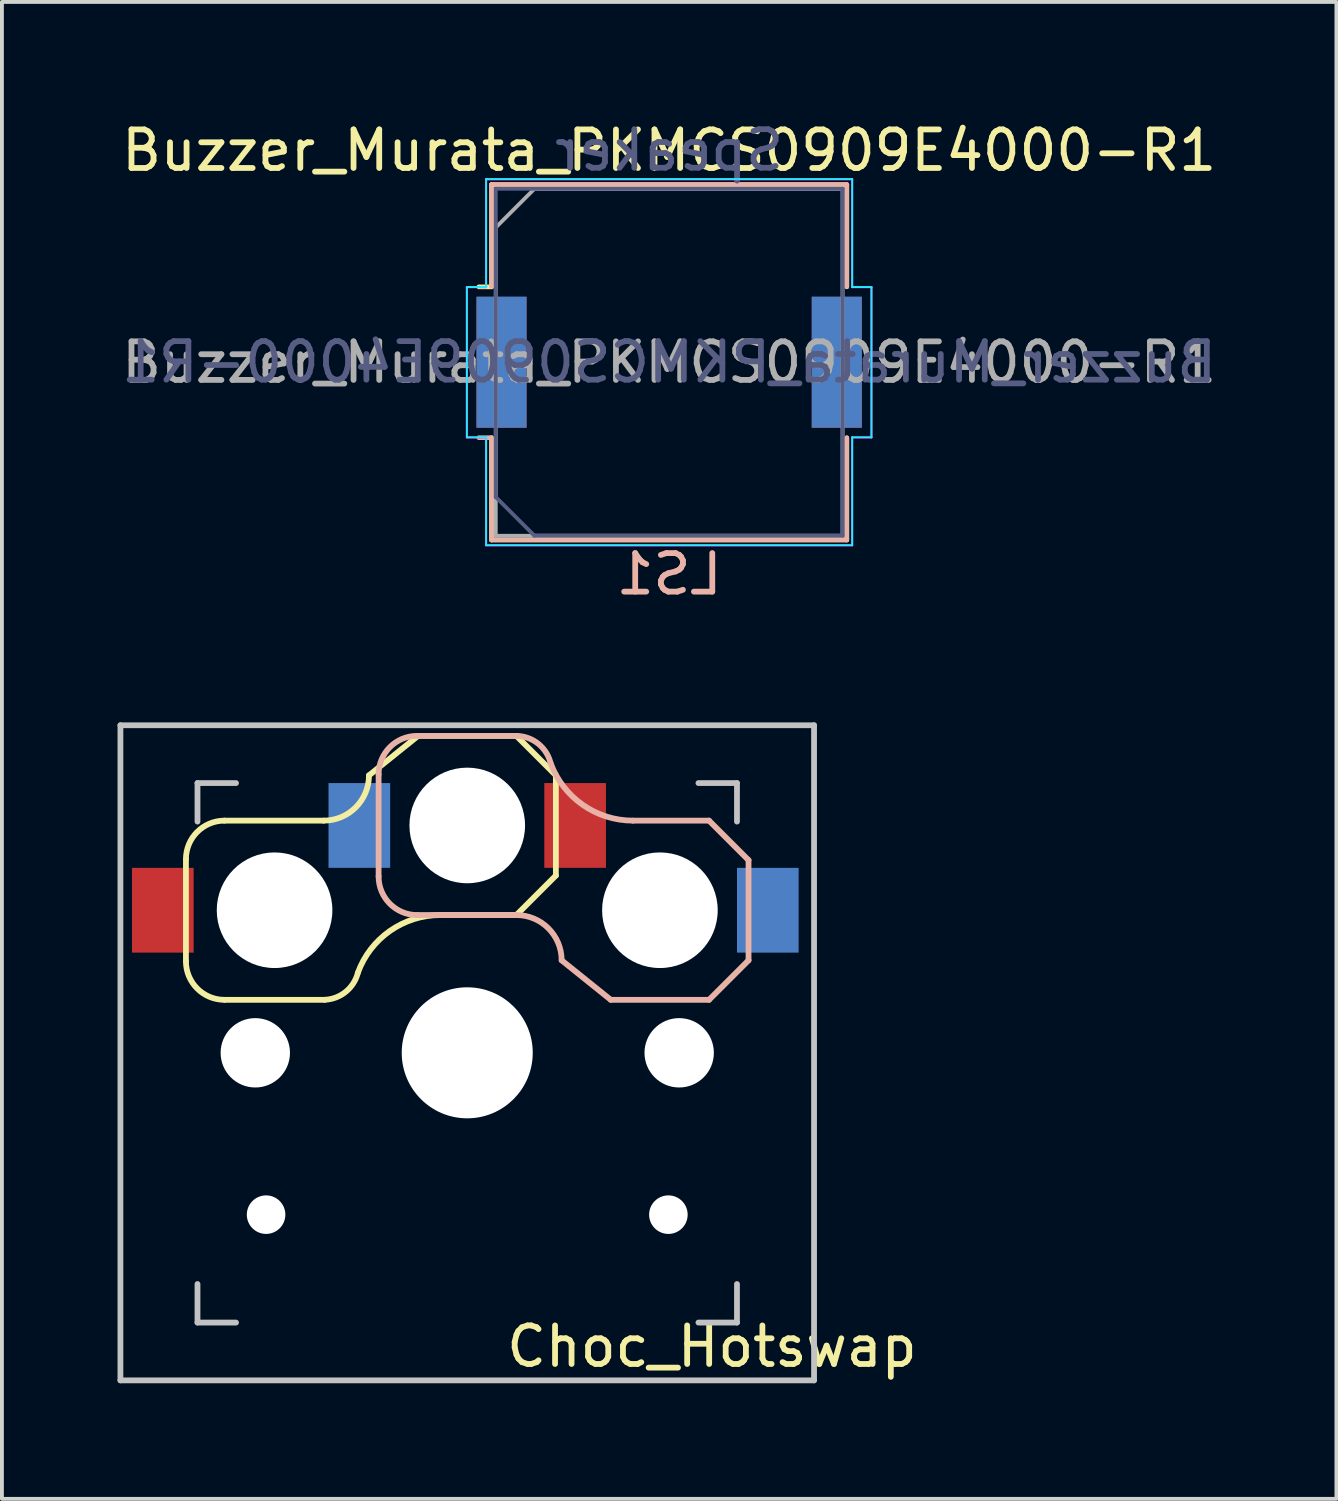
<source format=kicad_pcb>
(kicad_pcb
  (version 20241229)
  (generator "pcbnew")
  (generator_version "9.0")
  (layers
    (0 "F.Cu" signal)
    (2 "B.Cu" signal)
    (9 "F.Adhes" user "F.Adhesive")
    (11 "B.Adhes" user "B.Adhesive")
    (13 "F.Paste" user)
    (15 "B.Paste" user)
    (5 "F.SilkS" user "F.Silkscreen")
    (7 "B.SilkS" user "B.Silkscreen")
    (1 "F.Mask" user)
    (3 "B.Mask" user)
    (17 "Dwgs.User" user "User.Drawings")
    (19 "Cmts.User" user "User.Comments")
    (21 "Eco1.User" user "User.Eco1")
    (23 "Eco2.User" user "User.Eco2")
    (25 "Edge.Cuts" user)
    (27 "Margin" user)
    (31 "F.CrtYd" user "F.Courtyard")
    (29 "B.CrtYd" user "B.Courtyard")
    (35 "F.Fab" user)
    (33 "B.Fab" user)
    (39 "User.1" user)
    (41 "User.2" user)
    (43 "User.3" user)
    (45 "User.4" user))
  (footprint "Choc_Hotswap"
    (layer "F.Cu")
    (at 9.075 24.271)
    (property "Reference" "Choc_Hotswap" (at 6.35 7.62 180) (layer "F.SilkS") (effects (font (size 1 1) (thickness 0.15))))
    (attr through_hole)
    (fp_line (start -7.3 -5.025) (end -7.3 -2.375) (stroke (width 0.15) (type solid)) (layer "F.SilkS"))
    (fp_line (start -6.3 -6.025) (end -3.725 -6.025) (stroke (width 0.15) (type solid)) (layer "F.SilkS"))
    (fp_line (start -6.3 -1.375) (end -3.7 -1.375) (stroke (width 0.15) (type solid)) (layer "F.SilkS"))
    (fp_line (start -1.275 -8.225) (end -2.55 -7.2) (stroke (width 0.15) (type solid)) (layer "F.SilkS"))
    (fp_line (start -1.275 -8.225) (end 1.275 -8.225) (stroke (width 0.15) (type solid)) (layer "F.SilkS"))
    (fp_line (start -0.7 -3.575) (end 1.275 -3.575) (stroke (width 0.15) (type solid)) (layer "F.SilkS"))
    (fp_line (start 2.3 -7.2) (end 1.275 -8.225) (stroke (width 0.15) (type solid)) (layer "F.SilkS"))
    (fp_line (start 2.3 -7.2) (end 2.3 -4.6) (stroke (width 0.15) (type solid)) (layer "F.SilkS"))
    (fp_line (start 2.3 -4.6) (end 1.275 -3.575) (stroke (width 0.15) (type solid)) (layer "F.SilkS"))
    (fp_arc (start -7.3 -5.025) (mid -7.007107 -5.732107) (end -6.3 -6.025) (stroke (width 0.15) (type solid)) (layer "F.SilkS"))
    (fp_arc (start -6.3 -1.375) (mid -7.007107 -1.667893) (end -7.3 -2.375) (stroke (width 0.15) (type solid)) (layer "F.SilkS"))
    (fp_arc (start -2.837801 -2.078096) (mid -3.151716 -1.583979) (end -3.699005 -1.376209) (stroke (width 0.15) (type solid)) (layer "F.SilkS"))
    (fp_arc (start -2.837801 -2.078096) (mid -2.004887 -3.163571) (end -0.7 -3.575) (stroke (width 0.15) (type solid)) (layer "F.SilkS"))
    (fp_arc (start -2.55 -7.2) (mid -2.89415 -6.36915) (end -3.725 -6.025) (stroke (width 0.15) (type solid)) (layer "F.SilkS"))
    (fp_line (start -2.3 -4.575) (end -2.3 -7.225) (stroke (width 0.15) (type solid)) (layer "B.SilkS"))
    (fp_line (start -1.3 -8.225) (end 1.3 -8.225) (stroke (width 0.15) (type solid)) (layer "B.SilkS"))
    (fp_line (start -1.3 -3.575) (end 1.275 -3.575) (stroke (width 0.15) (type solid)) (layer "B.SilkS"))
    (fp_line (start 3.725 -1.375) (end 2.45 -2.4) (stroke (width 0.15) (type solid)) (layer "B.SilkS"))
    (fp_line (start 3.725 -1.375) (end 6.275 -1.375) (stroke (width 0.15) (type solid)) (layer "B.SilkS"))
    (fp_line (start 4.3 -6.025) (end 6.275 -6.025) (stroke (width 0.15) (type solid)) (layer "B.SilkS"))
    (fp_line (start 7.3 -5) (end 6.275 -6.025) (stroke (width 0.15) (type solid)) (layer "B.SilkS"))
    (fp_line (start 7.3 -2.4) (end 6.275 -1.375) (stroke (width 0.15) (type solid)) (layer "B.SilkS"))
    (fp_line (start 7.3 -2.4) (end 7.3 -5) (stroke (width 0.15) (type solid)) (layer "B.SilkS"))
    (fp_arc (start -2.3 -7.225) (mid -2.007107 -7.932107) (end -1.3 -8.225) (stroke (width 0.15) (type solid)) (layer "B.SilkS"))
    (fp_arc (start -1.3 -3.575) (mid -2.007107 -3.867893) (end -2.3 -4.575) (stroke (width 0.15) (type solid)) (layer "B.SilkS"))
    (fp_arc (start 1.275 -3.575) (mid 2.10585 -3.23085) (end 2.45 -2.4) (stroke (width 0.15) (type solid)) (layer "B.SilkS"))
    (fp_arc (start 1.300995 -8.223791) (mid 1.848284 -8.016021) (end 2.162199 -7.521904) (stroke (width 0.15) (type solid)) (layer "B.SilkS"))
    (fp_arc (start 4.3 -6.025) (mid 2.995114 -6.436429) (end 2.162199 -7.521904) (stroke (width 0.15) (type solid)) (layer "B.SilkS"))
    (fp_line (start -9 -8.5) (end 9 -8.5) (stroke (width 0.15) (type solid)) (layer "Dwgs.User"))
    (fp_line (start -9 8.5) (end -9 -8.5) (stroke (width 0.15) (type solid)) (layer "Dwgs.User"))
    (fp_line (start -7 -7) (end -7 -6) (stroke (width 0.15) (type solid)) (layer "Dwgs.User"))
    (fp_line (start -7 6) (end -7 7) (stroke (width 0.15) (type solid)) (layer "Dwgs.User"))
    (fp_line (start -7 7) (end -6 7) (stroke (width 0.15) (type solid)) (layer "Dwgs.User"))
    (fp_line (start -6 -7) (end -7 -7) (stroke (width 0.15) (type solid)) (layer "Dwgs.User"))
    (fp_line (start 6 -7) (end 7 -7) (stroke (width 0.15) (type solid)) (layer "Dwgs.User"))
    (fp_line (start 7 -7) (end 7 -6) (stroke (width 0.15) (type solid)) (layer "Dwgs.User"))
    (fp_line (start 7 6) (end 7 7) (stroke (width 0.15) (type solid)) (layer "Dwgs.User"))
    (fp_line (start 7 7) (end 6 7) (stroke (width 0.15) (type solid)) (layer "Dwgs.User"))
    (fp_line (start 9 -8.5) (end 9 8.5) (stroke (width 0.15) (type solid)) (layer "Dwgs.User"))
    (fp_line (start 9 8.5) (end -9 8.5) (stroke (width 0.15) (type solid)) (layer "Dwgs.User"))
    (pad "" np_thru_hole circle (at -5.5 0 270) (size 1.8 1.8) (drill 1.8) (layers "*.Cu" "*.Mask"))
    (pad "" np_thru_hole circle (at -5.22 4.2) (size 1 1) (drill 1) (layers "*.Cu" "*.Mask"))
    (pad "" np_thru_hole circle (at -5 -3.7 90) (size 3 3) (drill 3) (layers "*.Cu" "*.Mask"))
    (pad "" np_thru_hole circle (at 0 -5.9 270) (size 3 3) (drill 3) (layers "*.Cu" "*.Mask"))
    (pad "" np_thru_hole circle (at 0 0 270) (size 3.4 3.4) (drill 3.4) (layers "*.Cu" "*.Mask"))
    (pad "" np_thru_hole circle (at 5 -3.7 270) (size 3 3) (drill 3) (layers "*.Cu" "*.Mask"))
    (pad "" np_thru_hole circle (at 5.22 4.2) (size 1 1) (drill 1) (layers "*.Cu" "*.Mask"))
    (pad "" np_thru_hole circle (at 5.5 0 270) (size 1.8 1.8) (drill 1.8) (layers "*.Cu" "*.Mask"))
    (pad "1" smd rect (at -7.9 -3.7) (size 1.6 2.2) (layers "F.Cu" "F.Mask" "F.Paste"))
    (pad "1" smd rect (at 7.8 -3.7) (size 1.6 2.2) (layers "B.Cu" "B.Mask" "B.Paste"))
    (pad "2" smd rect (at -2.8 -5.9) (size 1.6 2.2) (layers "B.Cu" "B.Mask" "B.Paste"))
    (pad "2" smd rect (at 2.8 -5.9) (size 1.6 2.2) (layers "F.Cu" "F.Mask" "F.Paste")))
  (footprint "Buzzer_Murata_PKMCS0909E4000-R1"
    (layer "F.Cu")
    (at 14.315 6.354)
    (property "Reference" "Buzzer_Murata_PKMCS0909E4000-R1" (at 0 -5.5 0) (layer "F.SilkS") (effects (font (size 1 1) (thickness 0.15))))
    (attr smd)
    (fp_line (start -4.61 -4.61) (end 4.61 -4.61) (stroke (width 0.12) (type solid)) (layer "F.SilkS"))
    (fp_line (start -4.61 -1.96) (end -4.94 -1.96) (stroke (width 0.12) (type solid)) (layer "F.SilkS"))
    (fp_line (start -4.61 -1.96) (end -4.61 -4.61) (stroke (width 0.12) (type solid)) (layer "F.SilkS"))
    (fp_line (start -4.61 4.61) (end -4.61 1.96) (stroke (width 0.12) (type solid)) (layer "F.SilkS"))
    (fp_line (start 4.61 -4.61) (end 4.61 -1.96) (stroke (width 0.12) (type solid)) (layer "F.SilkS"))
    (fp_line (start 4.61 1.96) (end 4.61 4.61) (stroke (width 0.12) (type solid)) (layer "F.SilkS"))
    (fp_line (start 4.61 4.61) (end -4.61 4.61) (stroke (width 0.12) (type solid)) (layer "F.SilkS"))
    (fp_line (start -4.61 -4.616) (end -4.61 -1.966) (stroke (width 0.12) (type solid)) (layer "B.SilkS"))
    (fp_line (start -4.61 1.954) (end -4.94 1.954) (stroke (width 0.12) (type solid)) (layer "B.SilkS"))
    (fp_line (start -4.61 1.954) (end -4.61 4.604) (stroke (width 0.12) (type solid)) (layer "B.SilkS"))
    (fp_line (start -4.61 4.604) (end 4.61 4.604) (stroke (width 0.12) (type solid)) (layer "B.SilkS"))
    (fp_line (start 4.61 -4.616) (end -4.61 -4.616) (stroke (width 0.12) (type solid)) (layer "B.SilkS"))
    (fp_line (start 4.61 -1.966) (end 4.61 -4.616) (stroke (width 0.12) (type solid)) (layer "B.SilkS"))
    (fp_line (start 4.61 4.604) (end 4.61 1.954) (stroke (width 0.12) (type solid)) (layer "B.SilkS"))
    (fp_line (start -5.25 -1.956) (end -5.25 1.944) (stroke (width 0.05) (type solid)) (layer "B.CrtYd"))
    (fp_line (start -4.75 -4.756) (end -4.75 -1.956) (stroke (width 0.05) (type solid)) (layer "B.CrtYd"))
    (fp_line (start -4.75 -1.956) (end -5.25 -1.956) (stroke (width 0.05) (type solid)) (layer "B.CrtYd"))
    (fp_line (start -4.75 1.944) (end -5.25 1.944) (stroke (width 0.05) (type solid)) (layer "B.CrtYd"))
    (fp_line (start -4.75 1.944) (end -4.75 4.744) (stroke (width 0.05) (type solid)) (layer "B.CrtYd"))
    (fp_line (start -4.75 4.744) (end 4.75 4.744) (stroke (width 0.05) (type solid)) (layer "B.CrtYd"))
    (fp_line (start 4.75 -4.756) (end -4.75 -4.756) (stroke (width 0.05) (type solid)) (layer "B.CrtYd"))
    (fp_line (start 4.75 -4.756) (end 4.75 -1.956) (stroke (width 0.05) (type solid)) (layer "B.CrtYd"))
    (fp_line (start 4.75 -1.956) (end 5.25 -1.956) (stroke (width 0.05) (type solid)) (layer "B.CrtYd"))
    (fp_line (start 4.75 1.944) (end 4.75 4.744) (stroke (width 0.05) (type solid)) (layer "B.CrtYd"))
    (fp_line (start 4.75 1.944) (end 5.25 1.944) (stroke (width 0.05) (type solid)) (layer "B.CrtYd"))
    (fp_line (start 5.25 -1.956) (end 5.25 1.944) (stroke (width 0.05) (type solid)) (layer "B.CrtYd"))
    (fp_line (start -5.25 1.95) (end -5.25 -1.95) (stroke (width 0.05) (type solid)) (layer "F.CrtYd"))
    (fp_line (start -4.75 -4.75) (end 4.75 -4.75) (stroke (width 0.05) (type solid)) (layer "F.CrtYd"))
    (fp_line (start -4.75 -1.95) (end -5.25 -1.95) (stroke (width 0.05) (type solid)) (layer "F.CrtYd"))
    (fp_line (start -4.75 -1.95) (end -4.75 -4.75) (stroke (width 0.05) (type solid)) (layer "F.CrtYd"))
    (fp_line (start -4.75 1.95) (end -5.25 1.95) (stroke (width 0.05) (type solid)) (layer "F.CrtYd"))
    (fp_line (start -4.75 4.75) (end -4.75 1.95) (stroke (width 0.05) (type solid)) (layer "F.CrtYd"))
    (fp_line (start 4.75 -1.95) (end 4.75 -4.75) (stroke (width 0.05) (type solid)) (layer "F.CrtYd"))
    (fp_line (start 4.75 -1.95) (end 5.25 -1.95) (stroke (width 0.05) (type solid)) (layer "F.CrtYd"))
    (fp_line (start 4.75 1.95) (end 5.25 1.95) (stroke (width 0.05) (type solid)) (layer "F.CrtYd"))
    (fp_line (start 4.75 4.75) (end -4.75 4.75) (stroke (width 0.05) (type solid)) (layer "F.CrtYd"))
    (fp_line (start 4.75 4.75) (end 4.75 1.95) (stroke (width 0.05) (type solid)) (layer "F.CrtYd"))
    (fp_line (start 5.25 1.95) (end 5.25 -1.95) (stroke (width 0.05) (type solid)) (layer "F.CrtYd"))
    (fp_line (start -4.5 -4.506) (end -4.5 3.494) (stroke (width 0.1) (type solid)) (layer "B.Fab"))
    (fp_line (start -4.5 3.494) (end -3.5 4.494) (stroke (width 0.1) (type solid)) (layer "B.Fab"))
    (fp_line (start -3.5 4.494) (end 4.5 4.494) (stroke (width 0.1) (type solid)) (layer "B.Fab"))
    (fp_line (start 4.5 -4.506) (end -4.5 -4.506) (stroke (width 0.1) (type solid)) (layer "B.Fab"))
    (fp_line (start 4.5 4.494) (end 4.5 -4.506) (stroke (width 0.1) (type solid)) (layer "B.Fab"))
    (fp_line (start -4.5 -3.5) (end -3.5 -4.5) (stroke (width 0.1) (type solid)) (layer "F.Fab"))
    (fp_line (start -4.5 4.5) (end -4.5 -3.5) (stroke (width 0.1) (type solid)) (layer "F.Fab"))
    (fp_line (start -3.5 -4.5) (end 4.5 -4.5) (stroke (width 0.1) (type solid)) (layer "F.Fab"))
    (fp_line (start 4.5 -4.5) (end 4.5 4.5) (stroke (width 0.1) (type solid)) (layer "F.Fab"))
    (fp_line (start 4.5 4.5) (end -4.5 4.5) (stroke (width 0.1) (type solid)) (layer "F.Fab"))
    (fp_text user "LS1" (at 0 5.494 0) (layer "B.SilkS") (effects (font (size 1 1) (thickness 0.15)) (justify mirror)))
    (fp_text user "Speaker" (at 0 -5.506 0) (layer "B.Fab") (effects (font (size 1 1) (thickness 0.15)) (justify mirror)))
    (fp_text user "${REFERENCE}" (at 0 -0.006 0) (layer "B.Fab") (effects (font (size 1 1) (thickness 0.15)) (justify mirror)))
    (fp_text user "${REFERENCE}" (at 0 0 0) (layer "F.Fab") (effects (font (size 1 1) (thickness 0.15))))
    (pad "1" smd rect (at -4.35 -0.006) (size 1.3 3.4) (layers "B.Cu" "B.Mask" "B.Paste"))
    (pad "1" smd rect (at -4.35 0) (size 1.3 3.4) (layers "F.Cu" "F.Mask" "F.Paste"))
    (pad "2" smd rect (at 4.35 -0.006) (size 1.3 3.4) (layers "B.Cu" "B.Mask" "B.Paste"))
    (pad "2" smd rect (at 4.35 0) (size 1.3 3.4) (layers "F.Cu" "F.Mask" "F.Paste")))
  (gr_rect
    (start -3 -3)
    (end 31.631 35.846)
    (stroke (width 0.1) (type default))
    (fill no)
    (layer "Edge.Cuts")))
</source>
